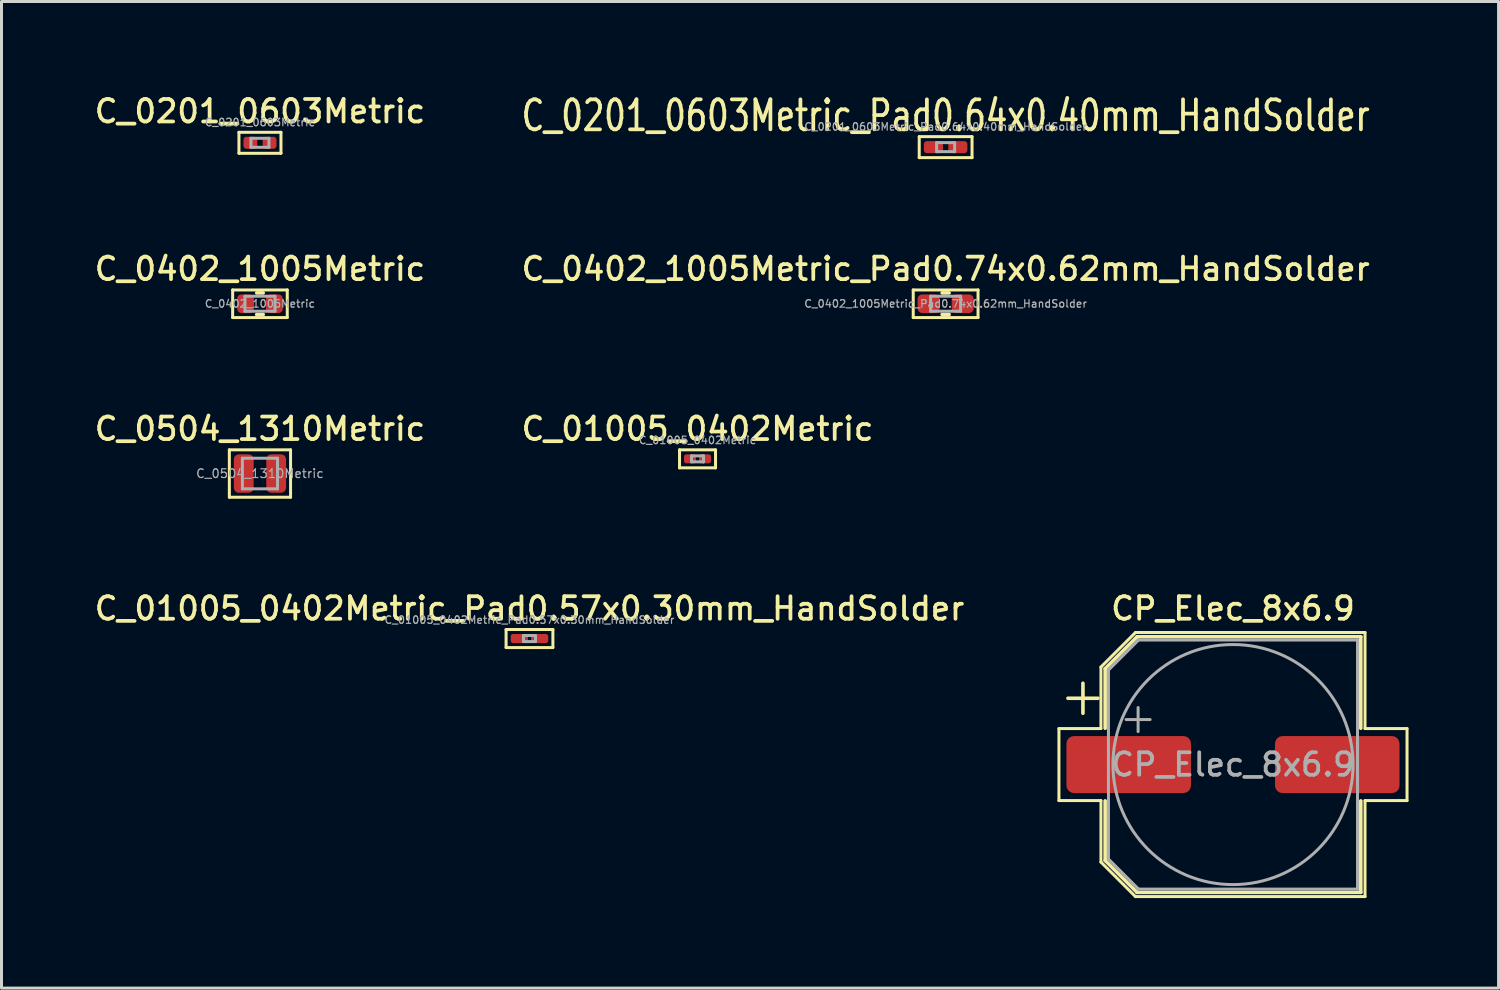
<source format=kicad_pcb>
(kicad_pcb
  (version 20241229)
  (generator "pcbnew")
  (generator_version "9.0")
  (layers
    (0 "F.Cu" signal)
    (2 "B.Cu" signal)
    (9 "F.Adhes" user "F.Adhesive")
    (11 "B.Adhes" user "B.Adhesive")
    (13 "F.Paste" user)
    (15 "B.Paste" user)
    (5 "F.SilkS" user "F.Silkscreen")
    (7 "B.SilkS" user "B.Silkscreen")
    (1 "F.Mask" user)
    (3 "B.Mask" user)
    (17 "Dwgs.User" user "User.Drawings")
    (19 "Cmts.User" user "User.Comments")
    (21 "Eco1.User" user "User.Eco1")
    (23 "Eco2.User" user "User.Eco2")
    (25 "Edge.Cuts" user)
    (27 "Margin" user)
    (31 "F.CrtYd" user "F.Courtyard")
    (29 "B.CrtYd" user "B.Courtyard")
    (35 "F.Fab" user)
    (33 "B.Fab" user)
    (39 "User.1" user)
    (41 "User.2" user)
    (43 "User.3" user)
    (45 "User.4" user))
  (footprint "C_0504_1310Metric"
    (layer "F.Cu")
    (at 5.613 12.731)
    (property "Reference" "C_0504_1310Metric" (at 0 -1.49 0) (layer "F.SilkS") (effects (font (size 0.75 0.75) (thickness 0.125))))
    (attr smd)
    (fp_line (start -1.02 -0.79) (end 1.02 -0.79) (stroke (width 0.1) (type solid)) (layer "F.SilkS"))
    (fp_line (start -1.02 0.79) (end -1.02 -0.79) (stroke (width 0.1) (type solid)) (layer "F.SilkS"))
    (fp_line (start 1.02 -0.79) (end 1.02 0.79) (stroke (width 0.1) (type solid)) (layer "F.SilkS"))
    (fp_line (start 1.02 0.79) (end -1.02 0.79) (stroke (width 0.1) (type solid)) (layer "F.SilkS"))
    (fp_line (start -0.585 -0.51) (end 0.585 -0.51) (stroke (width 0.1) (type solid)) (layer "F.Fab"))
    (fp_line (start -0.585 0.51) (end -0.585 -0.51) (stroke (width 0.1) (type solid)) (layer "F.Fab"))
    (fp_line (start 0.585 -0.51) (end 0.585 0.51) (stroke (width 0.1) (type solid)) (layer "F.Fab"))
    (fp_line (start 0.585 0.51) (end -0.585 0.51) (stroke (width 0.1) (type solid)) (layer "F.Fab"))
    (fp_text user "${REFERENCE}" (at 0 0 0) (layer "F.Fab") (effects (font (size 0.29 0.29) (thickness 0.04))))
    (pad "1" smd roundrect (at -0.54 0) (size 0.66 1.28) (layers "F.Cu" "F.Mask" "F.Paste") (roundrect_rratio 0.25))
    (pad "2" smd roundrect (at 0.54 0) (size 0.66 1.28) (layers "F.Cu" "F.Mask" "F.Paste") (roundrect_rratio 0.25)))
  (footprint "C_01005_0402Metric"
    (layer "F.Cu")
    (at 20.195 12.241)
    (property "Reference" "C_01005_0402Metric" (at 0 -1 0) (layer "F.SilkS") (effects (font (size 0.75 0.75) (thickness 0.125))))
    (attr smd)
    (fp_line (start -0.6 -0.3) (end 0.6 -0.3) (stroke (width 0.1) (type solid)) (layer "F.SilkS"))
    (fp_line (start -0.6 0.3) (end -0.6 -0.3) (stroke (width 0.1) (type solid)) (layer "F.SilkS"))
    (fp_line (start 0.6 -0.3) (end 0.6 0.3) (stroke (width 0.1) (type solid)) (layer "F.SilkS"))
    (fp_line (start 0.6 0.3) (end -0.6 0.3) (stroke (width 0.1) (type solid)) (layer "F.SilkS"))
    (fp_line (start -0.2 -0.1) (end 0.2 -0.1) (stroke (width 0.1) (type solid)) (layer "F.Fab"))
    (fp_line (start -0.2 0.1) (end -0.2 -0.1) (stroke (width 0.1) (type solid)) (layer "F.Fab"))
    (fp_line (start 0.2 -0.1) (end 0.2 0.1) (stroke (width 0.1) (type solid)) (layer "F.Fab"))
    (fp_line (start 0.2 0.1) (end -0.2 0.1) (stroke (width 0.1) (type solid)) (layer "F.Fab"))
    (fp_text user "${REFERENCE}" (at 0 -0.62 0) (layer "F.Fab") (effects (font (size 0.25 0.25) (thickness 0.04))))
    (pad "" smd roundrect (at -0.275 0) (size 0.27 0.27) (layers "F.Paste") (roundrect_rratio 0.25))
    (pad "" smd roundrect (at 0.275 0) (size 0.27 0.27) (layers "F.Paste") (roundrect_rratio 0.25))
    (pad "1" smd roundrect (at -0.25 0) (size 0.4 0.3) (layers "F.Cu" "F.Mask") (roundrect_rratio 0.25))
    (pad "2" smd roundrect (at 0.25 0) (size 0.4 0.3) (layers "F.Cu" "F.Mask") (roundrect_rratio 0.25)))
  (footprint "CP_Elec_8x6.9"
    (layer "F.Cu")
    (at 38.039 22.429)
    (property "Reference" "CP_Elec_8x6.9" (at 0 -5.2 0) (layer "F.SilkS") (effects (font (size 0.75 0.75) (thickness 0.125))))
    (attr smd)
    (fp_line (start -5.8 -1.2) (end -5.8 1.2) (stroke (width 0.1) (type solid)) (layer "F.SilkS"))
    (fp_line (start -5.8 1.2) (end -4.4 1.2) (stroke (width 0.1) (type solid)) (layer "F.SilkS"))
    (fp_line (start -5.5 -2.21) (end -4.5 -2.21) (stroke (width 0.12) (type solid)) (layer "F.SilkS"))
    (fp_line (start -5 -2.71) (end -5 -1.71) (stroke (width 0.12) (type solid)) (layer "F.SilkS"))
    (fp_line (start -4.4 -3.25) (end -4.4 -1.2) (stroke (width 0.1) (type solid)) (layer "F.SilkS"))
    (fp_line (start -4.4 -3.25) (end -3.25 -4.4) (stroke (width 0.1) (type solid)) (layer "F.SilkS"))
    (fp_line (start -4.4 -1.2) (end -5.8 -1.2) (stroke (width 0.1) (type solid)) (layer "F.SilkS"))
    (fp_line (start -4.4 1.2) (end -4.4 3.25) (stroke (width 0.1) (type solid)) (layer "F.SilkS"))
    (fp_line (start -4.4 3.25) (end -3.25 4.4) (stroke (width 0.1) (type solid)) (layer "F.SilkS"))
    (fp_line (start -4.26 -3.196) (end -4.26 -1.21) (stroke (width 0.12) (type solid)) (layer "F.SilkS"))
    (fp_line (start -4.26 -3.196) (end -3.196 -4.26) (stroke (width 0.12) (type solid)) (layer "F.SilkS"))
    (fp_line (start -4.26 3.196) (end -4.26 1.21) (stroke (width 0.12) (type solid)) (layer "F.SilkS"))
    (fp_line (start -4.26 3.196) (end -3.196 4.26) (stroke (width 0.12) (type solid)) (layer "F.SilkS"))
    (fp_line (start -3.25 -4.4) (end 4.4 -4.4) (stroke (width 0.1) (type solid)) (layer "F.SilkS"))
    (fp_line (start -3.25 4.4) (end 4.4 4.4) (stroke (width 0.1) (type solid)) (layer "F.SilkS"))
    (fp_line (start -3.196 -4.26) (end 4.26 -4.26) (stroke (width 0.12) (type solid)) (layer "F.SilkS"))
    (fp_line (start -3.196 4.26) (end 4.26 4.26) (stroke (width 0.12) (type solid)) (layer "F.SilkS"))
    (fp_line (start 4.26 -4.26) (end 4.26 -1.21) (stroke (width 0.12) (type solid)) (layer "F.SilkS"))
    (fp_line (start 4.26 4.26) (end 4.26 1.21) (stroke (width 0.12) (type solid)) (layer "F.SilkS"))
    (fp_line (start 4.4 -4.4) (end 4.4 -1.2) (stroke (width 0.1) (type solid)) (layer "F.SilkS"))
    (fp_line (start 4.4 -1.2) (end 5.8 -1.2) (stroke (width 0.1) (type solid)) (layer "F.SilkS"))
    (fp_line (start 4.4 1.2) (end 4.4 4.4) (stroke (width 0.1) (type solid)) (layer "F.SilkS"))
    (fp_line (start 5.8 -1.2) (end 5.8 1.2) (stroke (width 0.1) (type solid)) (layer "F.SilkS"))
    (fp_line (start 5.8 1.2) (end 4.4 1.2) (stroke (width 0.1) (type solid)) (layer "F.SilkS"))
    (fp_line (start -4.15 -3.15) (end -4.15 3.15) (stroke (width 0.1) (type solid)) (layer "F.Fab"))
    (fp_line (start -4.15 -3.15) (end -3.15 -4.15) (stroke (width 0.1) (type solid)) (layer "F.Fab"))
    (fp_line (start -4.15 3.15) (end -3.15 4.15) (stroke (width 0.1) (type solid)) (layer "F.Fab"))
    (fp_line (start -3.562 -1.5) (end -2.762 -1.5) (stroke (width 0.1) (type solid)) (layer "F.Fab"))
    (fp_line (start -3.162 -1.9) (end -3.162 -1.1) (stroke (width 0.1) (type solid)) (layer "F.Fab"))
    (fp_line (start -3.15 -4.15) (end 4.15 -4.15) (stroke (width 0.1) (type solid)) (layer "F.Fab"))
    (fp_line (start -3.15 4.15) (end 4.15 4.15) (stroke (width 0.1) (type solid)) (layer "F.Fab"))
    (fp_line (start 4.15 -4.15) (end 4.15 4.15) (stroke (width 0.1) (type solid)) (layer "F.Fab"))
    (fp_circle (center 0 0) (end 4 0) (stroke (width 0.1) (type solid)) (fill no) (layer "F.Fab"))
    (fp_text user "${REFERENCE}" (at 0 0 0) (layer "F.Fab") (effects (font (size 0.75 0.75) (thickness 0.125))))
    (pad "1" smd roundrect (at -3.475 0) (size 4.15 1.9) (layers "F.Cu" "F.Mask" "F.Paste") (roundrect_rratio 0.132))
    (pad "2" smd roundrect (at 3.475 0) (size 4.15 1.9) (layers "F.Cu" "F.Mask" "F.Paste") (roundrect_rratio 0.132)))
  (footprint "C_0402_1005Metric"
    (layer "F.Cu")
    (at 5.613 7.072)
    (property "Reference" "C_0402_1005Metric" (at 0 -1.16 0) (layer "F.SilkS") (effects (font (size 0.75 0.75) (thickness 0.125))))
    (attr smd)
    (fp_line (start -0.91 -0.46) (end 0.91 -0.46) (stroke (width 0.1) (type solid)) (layer "F.SilkS"))
    (fp_line (start -0.91 0.46) (end -0.91 -0.46) (stroke (width 0.1) (type solid)) (layer "F.SilkS"))
    (fp_line (start -0.108 -0.36) (end 0.108 -0.36) (stroke (width 0.12) (type solid)) (layer "F.SilkS"))
    (fp_line (start -0.108 0.36) (end 0.108 0.36) (stroke (width 0.12) (type solid)) (layer "F.SilkS"))
    (fp_line (start 0.91 -0.46) (end 0.91 0.46) (stroke (width 0.1) (type solid)) (layer "F.SilkS"))
    (fp_line (start 0.91 0.46) (end -0.91 0.46) (stroke (width 0.1) (type solid)) (layer "F.SilkS"))
    (fp_line (start -0.5 -0.25) (end 0.5 -0.25) (stroke (width 0.1) (type solid)) (layer "F.Fab"))
    (fp_line (start -0.5 0.25) (end -0.5 -0.25) (stroke (width 0.1) (type solid)) (layer "F.Fab"))
    (fp_line (start 0.5 -0.25) (end 0.5 0.25) (stroke (width 0.1) (type solid)) (layer "F.Fab"))
    (fp_line (start 0.5 0.25) (end -0.5 0.25) (stroke (width 0.1) (type solid)) (layer "F.Fab"))
    (fp_text user "${REFERENCE}" (at 0 0 0) (layer "F.Fab") (effects (font (size 0.25 0.25) (thickness 0.04))))
    (pad "1" smd roundrect (at -0.48 0) (size 0.56 0.62) (layers "F.Cu" "F.Mask" "F.Paste") (roundrect_rratio 0.25))
    (pad "2" smd roundrect (at 0.48 0) (size 0.56 0.62) (layers "F.Cu" "F.Mask" "F.Paste") (roundrect_rratio 0.25)))
  (footprint "C_0201_0603Metric_Pad0.64x0.40mm_HandSolder"
    (layer "F.Cu")
    (at 28.463 1.854)
    (property "Reference" "C_0201_0603Metric_Pad0.64x0.40mm_HandSolder" (at 0 -1.05 0) (layer "F.SilkS") (effects (font (size 1 0.75) (thickness 0.125))))
    (attr smd)
    (fp_line (start -0.88 -0.35) (end 0.88 -0.35) (stroke (width 0.1) (type solid)) (layer "F.SilkS"))
    (fp_line (start -0.88 0.35) (end -0.88 -0.35) (stroke (width 0.1) (type solid)) (layer "F.SilkS"))
    (fp_line (start 0.88 -0.35) (end 0.88 0.35) (stroke (width 0.1) (type solid)) (layer "F.SilkS"))
    (fp_line (start 0.88 0.35) (end -0.88 0.35) (stroke (width 0.1) (type solid)) (layer "F.SilkS"))
    (fp_line (start -0.3 -0.15) (end 0.3 -0.15) (stroke (width 0.1) (type solid)) (layer "F.Fab"))
    (fp_line (start -0.3 0.15) (end -0.3 -0.15) (stroke (width 0.1) (type solid)) (layer "F.Fab"))
    (fp_line (start 0.3 -0.15) (end 0.3 0.15) (stroke (width 0.1) (type solid)) (layer "F.Fab"))
    (fp_line (start 0.3 0.15) (end -0.3 0.15) (stroke (width 0.1) (type solid)) (layer "F.Fab"))
    (fp_text user "${REFERENCE}" (at 0 -0.68 0) (layer "F.Fab") (effects (font (size 0.25 0.25) (thickness 0.04))))
    (pad "" smd roundrect (at -0.432 0) (size 0.458 0.36) (layers "F.Paste") (roundrect_rratio 0.25))
    (pad "" smd roundrect (at 0.432 0) (size 0.458 0.36) (layers "F.Paste") (roundrect_rratio 0.25))
    (pad "1" smd roundrect (at -0.407 0) (size 0.635 0.4) (layers "F.Cu" "F.Mask") (roundrect_rratio 0.25))
    (pad "2" smd roundrect (at 0.407 0) (size 0.635 0.4) (layers "F.Cu" "F.Mask") (roundrect_rratio 0.25)))
  (footprint "C_01005_0402Metric_Pad0.57x0.30mm_HandSolder"
    (layer "F.Cu")
    (at 14.595 18.229)
    (property "Reference" "C_01005_0402Metric_Pad0.57x0.30mm_HandSolder" (at 0 -1 0) (layer "F.SilkS") (effects (font (size 0.75 0.75) (thickness 0.125))))
    (attr smd)
    (fp_line (start -0.78 -0.3) (end 0.78 -0.3) (stroke (width 0.1) (type solid)) (layer "F.SilkS"))
    (fp_line (start -0.78 0.3) (end -0.78 -0.3) (stroke (width 0.1) (type solid)) (layer "F.SilkS"))
    (fp_line (start 0.78 -0.3) (end 0.78 0.3) (stroke (width 0.1) (type solid)) (layer "F.SilkS"))
    (fp_line (start 0.78 0.3) (end -0.78 0.3) (stroke (width 0.1) (type solid)) (layer "F.SilkS"))
    (fp_line (start -0.2 -0.1) (end 0.2 -0.1) (stroke (width 0.1) (type solid)) (layer "F.Fab"))
    (fp_line (start -0.2 0.1) (end -0.2 -0.1) (stroke (width 0.1) (type solid)) (layer "F.Fab"))
    (fp_line (start 0.2 -0.1) (end 0.2 0.1) (stroke (width 0.1) (type solid)) (layer "F.Fab"))
    (fp_line (start 0.2 0.1) (end -0.2 0.1) (stroke (width 0.1) (type solid)) (layer "F.Fab"))
    (fp_text user "${REFERENCE}" (at 0 -0.62 0) (layer "F.Fab") (effects (font (size 0.25 0.25) (thickness 0.04))))
    (pad "" smd roundrect (at -0.362 0) (size 0.41 0.27) (layers "F.Paste") (roundrect_rratio 0.25))
    (pad "" smd roundrect (at 0.362 0) (size 0.41 0.27) (layers "F.Paste") (roundrect_rratio 0.25))
    (pad "1" smd roundrect (at -0.338 0) (size 0.575 0.3) (layers "F.Cu" "F.Mask") (roundrect_rratio 0.25))
    (pad "2" smd roundrect (at 0.338 0) (size 0.575 0.3) (layers "F.Cu" "F.Mask") (roundrect_rratio 0.25)))
  (footprint "C_0201_0603Metric"
    (layer "F.Cu")
    (at 5.613 1.708)
    (property "Reference" "C_0201_0603Metric" (at 0 -1.05 0) (layer "F.SilkS") (effects (font (size 0.75 0.75) (thickness 0.125))))
    (attr smd)
    (fp_line (start -0.7 -0.35) (end 0.7 -0.35) (stroke (width 0.1) (type solid)) (layer "F.SilkS"))
    (fp_line (start -0.7 0.35) (end -0.7 -0.35) (stroke (width 0.1) (type solid)) (layer "F.SilkS"))
    (fp_line (start 0.7 -0.35) (end 0.7 0.35) (stroke (width 0.1) (type solid)) (layer "F.SilkS"))
    (fp_line (start 0.7 0.35) (end -0.7 0.35) (stroke (width 0.1) (type solid)) (layer "F.SilkS"))
    (fp_line (start -0.3 -0.15) (end 0.3 -0.15) (stroke (width 0.1) (type solid)) (layer "F.Fab"))
    (fp_line (start -0.3 0.15) (end -0.3 -0.15) (stroke (width 0.1) (type solid)) (layer "F.Fab"))
    (fp_line (start 0.3 -0.15) (end 0.3 0.15) (stroke (width 0.1) (type solid)) (layer "F.Fab"))
    (fp_line (start 0.3 0.15) (end -0.3 0.15) (stroke (width 0.1) (type solid)) (layer "F.Fab"))
    (fp_text user "${REFERENCE}" (at 0 -0.68 0) (layer "F.Fab") (effects (font (size 0.25 0.25) (thickness 0.04))))
    (pad "" smd roundrect (at -0.345 0) (size 0.318 0.36) (layers "F.Paste") (roundrect_rratio 0.25))
    (pad "" smd roundrect (at 0.345 0) (size 0.318 0.36) (layers "F.Paste") (roundrect_rratio 0.25))
    (pad "1" smd roundrect (at -0.32 0) (size 0.46 0.4) (layers "F.Cu" "F.Mask") (roundrect_rratio 0.25))
    (pad "2" smd roundrect (at 0.32 0) (size 0.46 0.4) (layers "F.Cu" "F.Mask") (roundrect_rratio 0.25)))
  (footprint "C_0402_1005Metric_Pad0.74x0.62mm_HandSolder"
    (layer "F.Cu")
    (at 28.463 7.072)
    (property "Reference" "C_0402_1005Metric_Pad0.74x0.62mm_HandSolder" (at 0 -1.16 0) (layer "F.SilkS") (effects (font (size 0.75 0.75) (thickness 0.125))))
    (attr smd)
    (fp_line (start -1.08 -0.46) (end 1.08 -0.46) (stroke (width 0.1) (type solid)) (layer "F.SilkS"))
    (fp_line (start -1.08 0.46) (end -1.08 -0.46) (stroke (width 0.1) (type solid)) (layer "F.SilkS"))
    (fp_line (start -0.116 -0.36) (end 0.116 -0.36) (stroke (width 0.12) (type solid)) (layer "F.SilkS"))
    (fp_line (start -0.116 0.36) (end 0.116 0.36) (stroke (width 0.12) (type solid)) (layer "F.SilkS"))
    (fp_line (start 1.08 -0.46) (end 1.08 0.46) (stroke (width 0.1) (type solid)) (layer "F.SilkS"))
    (fp_line (start 1.08 0.46) (end -1.08 0.46) (stroke (width 0.1) (type solid)) (layer "F.SilkS"))
    (fp_line (start -0.5 -0.25) (end 0.5 -0.25) (stroke (width 0.1) (type solid)) (layer "F.Fab"))
    (fp_line (start -0.5 0.25) (end -0.5 -0.25) (stroke (width 0.1) (type solid)) (layer "F.Fab"))
    (fp_line (start 0.5 -0.25) (end 0.5 0.25) (stroke (width 0.1) (type solid)) (layer "F.Fab"))
    (fp_line (start 0.5 0.25) (end -0.5 0.25) (stroke (width 0.1) (type solid)) (layer "F.Fab"))
    (fp_text user "${REFERENCE}" (at 0 0 0) (layer "F.Fab") (effects (font (size 0.25 0.25) (thickness 0.04))))
    (pad "1" smd roundrect (at -0.568 0) (size 0.735 0.62) (layers "F.Cu" "F.Mask" "F.Paste") (roundrect_rratio 0.25))
    (pad "2" smd roundrect (at 0.568 0) (size 0.735 0.62) (layers "F.Cu" "F.Mask" "F.Paste") (roundrect_rratio 0.25)))
  (gr_rect
    (start -3 -3)
    (end 46.889 29.879)
    (stroke (width 0.1) (type default))
    (fill no)
    (layer "Edge.Cuts")))
</source>
